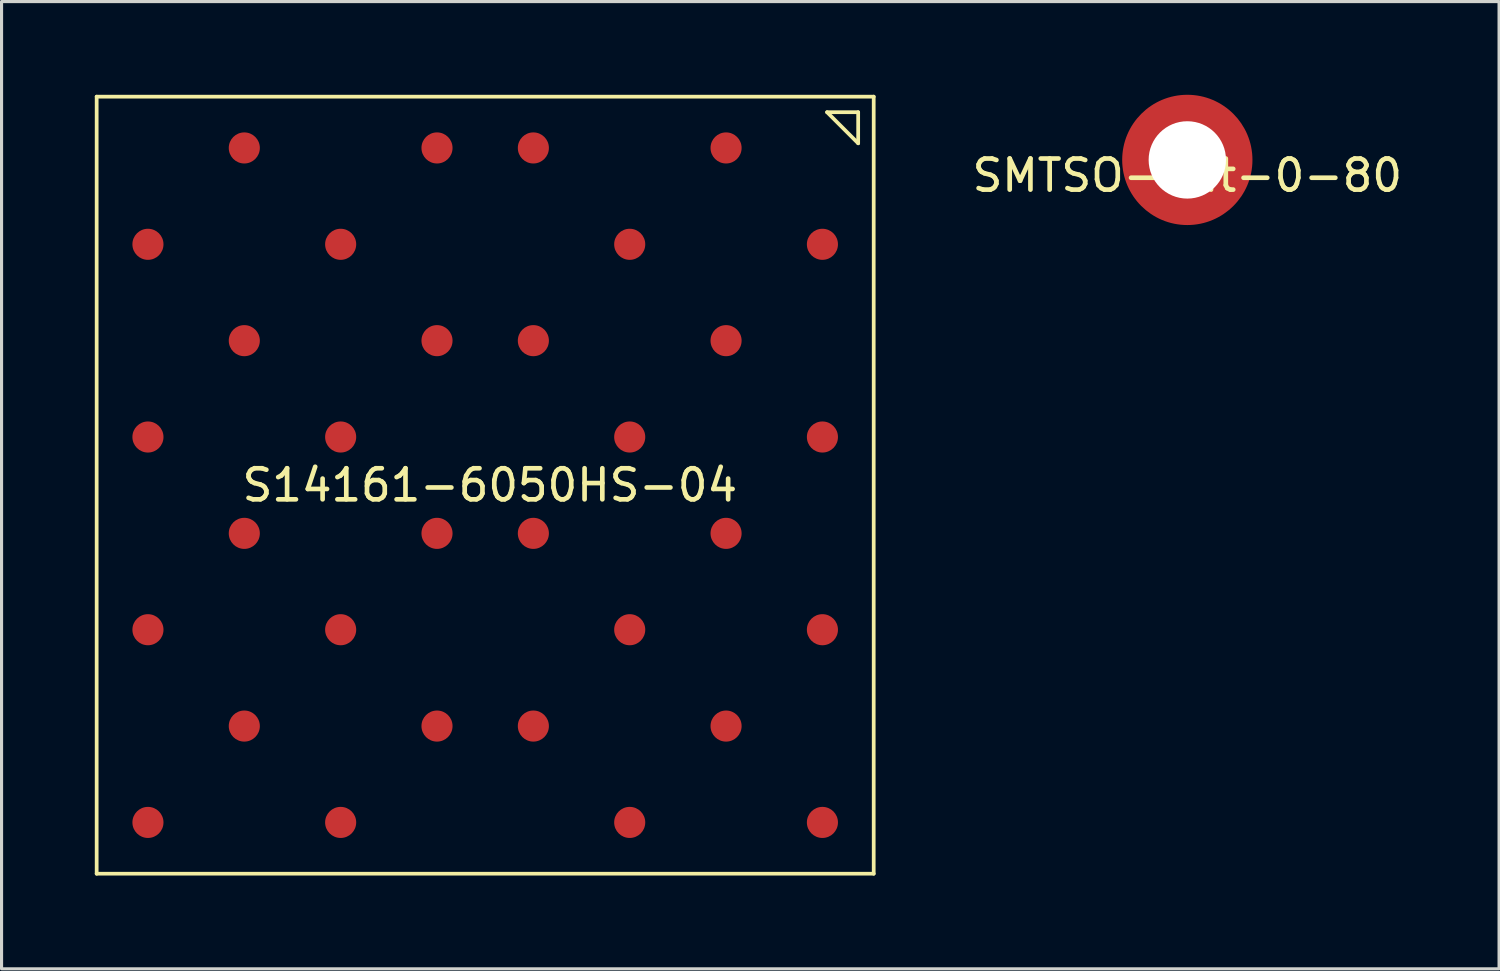
<source format=kicad_pcb>
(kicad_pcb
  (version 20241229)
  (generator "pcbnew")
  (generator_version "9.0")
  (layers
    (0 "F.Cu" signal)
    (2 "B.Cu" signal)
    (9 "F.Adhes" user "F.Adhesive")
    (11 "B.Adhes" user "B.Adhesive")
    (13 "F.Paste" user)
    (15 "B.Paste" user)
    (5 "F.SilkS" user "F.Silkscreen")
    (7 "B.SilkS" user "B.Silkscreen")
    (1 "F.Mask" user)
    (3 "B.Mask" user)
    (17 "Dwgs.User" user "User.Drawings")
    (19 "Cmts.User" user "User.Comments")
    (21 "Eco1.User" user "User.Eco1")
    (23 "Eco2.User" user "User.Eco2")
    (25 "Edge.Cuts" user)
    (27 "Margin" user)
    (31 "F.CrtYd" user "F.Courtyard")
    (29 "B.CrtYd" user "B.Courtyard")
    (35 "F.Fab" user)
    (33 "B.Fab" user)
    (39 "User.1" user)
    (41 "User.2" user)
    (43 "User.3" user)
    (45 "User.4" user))
  (footprint "S14161-6050HS-04"
    (layer "F.Cu")
    (at 12.56 12.56)
    (property "Reference" "S14161-6050HS-04" (at 0.15 0 0) (layer "F.SilkS") (effects (font (size 1 1) (thickness 0.15))))
    (attr through_hole)
    (fp_line (start -12.5 -12.5) (end -12.5 12.5) (stroke (width 0.12) (type solid)) (layer "F.SilkS"))
    (fp_line (start -12.5 12.5) (end 12.5 12.5) (stroke (width 0.12) (type solid)) (layer "F.SilkS"))
    (fp_line (start 11 -12) (end 12 -11) (stroke (width 0.12) (type solid)) (layer "F.SilkS"))
    (fp_line (start 12 -12) (end 11 -12) (stroke (width 0.12) (type solid)) (layer "F.SilkS"))
    (fp_line (start 12 -11) (end 12 -12) (stroke (width 0.12) (type solid)) (layer "F.SilkS"))
    (fp_line (start 12.5 -12.5) (end -12.5 -12.5) (stroke (width 0.12) (type solid)) (layer "F.SilkS"))
    (fp_line (start 12.5 12.5) (end 12.5 -12.5) (stroke (width 0.12) (type solid)) (layer "F.SilkS"))
    (pad "A2" smd circle (at 10.85 -7.75) (size 1 1) (layers "F.Cu" "F.Mask" "F.Paste"))
    (pad "A4" smd circle (at 10.85 -1.55) (size 1 1) (layers "F.Cu" "F.Mask" "F.Paste"))
    (pad "A6" smd circle (at 10.85 4.65) (size 1 1) (layers "F.Cu" "F.Mask" "F.Paste"))
    (pad "A8" smd circle (at 10.85 10.85) (size 1 1) (layers "F.Cu" "F.Mask" "F.Paste"))
    (pad "B1" smd circle (at 7.75 -10.85) (size 1 1) (layers "F.Cu" "F.Mask" "F.Paste"))
    (pad "B3" smd circle (at 7.75 -4.65) (size 1 1) (layers "F.Cu" "F.Mask" "F.Paste"))
    (pad "B5" smd circle (at 7.75 1.55) (size 1 1) (layers "F.Cu" "F.Mask" "F.Paste"))
    (pad "B7" smd circle (at 7.75 7.75) (size 1 1) (layers "F.Cu" "F.Mask" "F.Paste"))
    (pad "C2" smd circle (at 4.65 -7.75) (size 1 1) (layers "F.Cu" "F.Mask" "F.Paste"))
    (pad "C4" smd circle (at 4.65 -1.55) (size 1 1) (layers "F.Cu" "F.Mask" "F.Paste"))
    (pad "C6" smd circle (at 4.65 4.65) (size 1 1) (layers "F.Cu" "F.Mask" "F.Paste"))
    (pad "C8" smd circle (at 4.65 10.85) (size 1 1) (layers "F.Cu" "F.Mask" "F.Paste"))
    (pad "D1" smd circle (at 1.55 -10.85) (size 1 1) (layers "F.Cu" "F.Mask" "F.Paste"))
    (pad "D3" smd circle (at 1.55 -4.65) (size 1 1) (layers "F.Cu" "F.Mask" "F.Paste"))
    (pad "D5" smd circle (at 1.55 1.55) (size 1 1) (layers "F.Cu" "F.Mask" "F.Paste"))
    (pad "D7" smd circle (at 1.55 7.75) (size 1 1) (layers "F.Cu" "F.Mask" "F.Paste"))
    (pad "E1" smd circle (at -1.55 -10.85) (size 1 1) (layers "F.Cu" "F.Mask" "F.Paste"))
    (pad "E3" smd circle (at -1.55 -4.65) (size 1 1) (layers "F.Cu" "F.Mask" "F.Paste"))
    (pad "E5" smd circle (at -1.55 1.55) (size 1 1) (layers "F.Cu" "F.Mask" "F.Paste"))
    (pad "E7" smd circle (at -1.55 7.75) (size 1 1) (layers "F.Cu" "F.Mask" "F.Paste"))
    (pad "F2" smd circle (at -4.65 -7.75) (size 1 1) (layers "F.Cu" "F.Mask" "F.Paste"))
    (pad "F4" smd circle (at -4.65 -1.55) (size 1 1) (layers "F.Cu" "F.Mask" "F.Paste"))
    (pad "F6" smd circle (at -4.65 4.65) (size 1 1) (layers "F.Cu" "F.Mask" "F.Paste"))
    (pad "F8" smd circle (at -4.65 10.85) (size 1 1) (layers "F.Cu" "F.Mask" "F.Paste"))
    (pad "G1" smd circle (at -7.75 -10.85) (size 1 1) (layers "F.Cu" "F.Mask" "F.Paste"))
    (pad "G3" smd circle (at -7.75 -4.65) (size 1 1) (layers "F.Cu" "F.Mask" "F.Paste"))
    (pad "G5" smd circle (at -7.75 1.55) (size 1 1) (layers "F.Cu" "F.Mask" "F.Paste"))
    (pad "G7" smd circle (at -7.75 7.75) (size 1 1) (layers "F.Cu" "F.Mask" "F.Paste"))
    (pad "H2" smd circle (at -10.85 -7.75) (size 1 1) (layers "F.Cu" "F.Mask" "F.Paste"))
    (pad "H4" smd circle (at -10.85 -1.55) (size 1 1) (layers "F.Cu" "F.Mask" "F.Paste"))
    (pad "H6" smd circle (at -10.85 4.65) (size 1 1) (layers "F.Cu" "F.Mask" "F.Paste"))
    (pad "H8" smd circle (at -10.85 10.85) (size 1 1) (layers "F.Cu" "F.Mask" "F.Paste")))
  (footprint "SMTSO-nut-0-80"
    (layer "F.Cu")
    (at 35.15 2.095)
    (property "Reference" "SMTSO-nut-0-80" (at 0 0.5 0) (layer "F.SilkS") (effects (font (size 1 1) (thickness 0.15))))
    (attr through_hole)
    (pad "" np_thru_hole circle (at 0 0) (size 4.191 4.191) (drill 2.489) (layers "*.Mask" "F.Cu")))
  (gr_rect
    (start -3 -3)
    (end 45.18 28.12)
    (stroke (width 0.1) (type default))
    (fill no)
    (layer "Edge.Cuts")))
</source>
